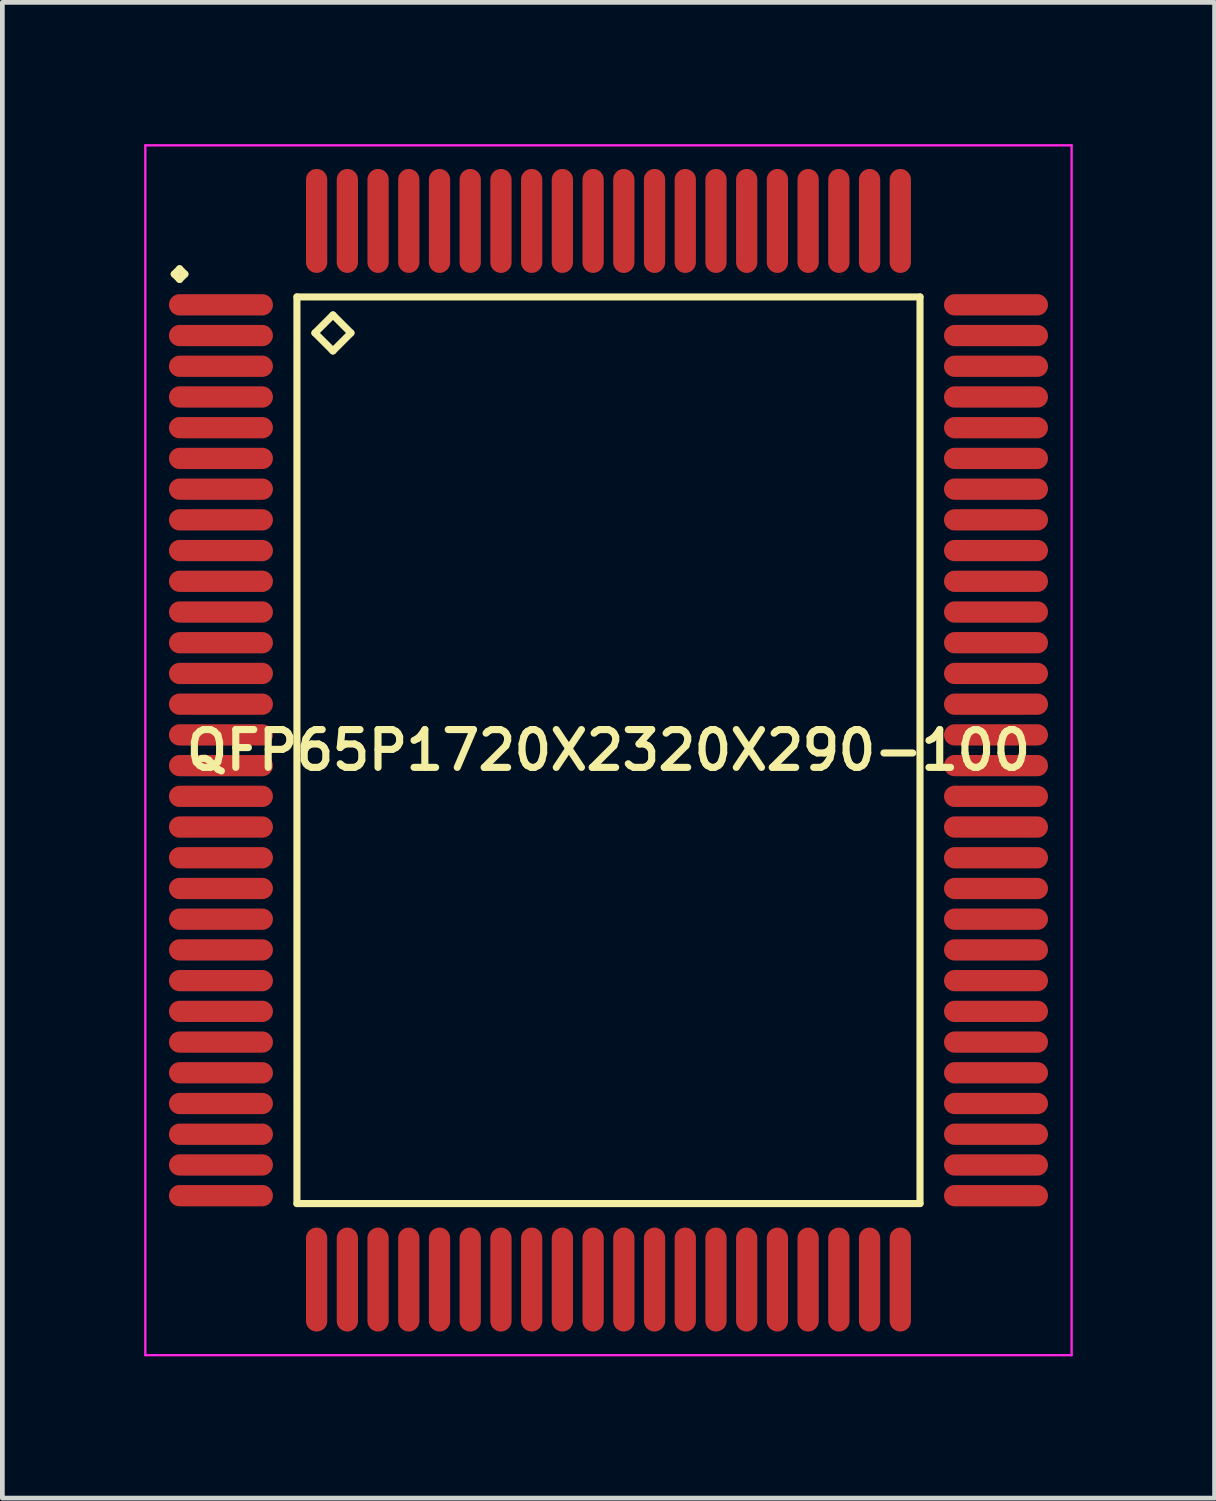
<source format=kicad_pcb>
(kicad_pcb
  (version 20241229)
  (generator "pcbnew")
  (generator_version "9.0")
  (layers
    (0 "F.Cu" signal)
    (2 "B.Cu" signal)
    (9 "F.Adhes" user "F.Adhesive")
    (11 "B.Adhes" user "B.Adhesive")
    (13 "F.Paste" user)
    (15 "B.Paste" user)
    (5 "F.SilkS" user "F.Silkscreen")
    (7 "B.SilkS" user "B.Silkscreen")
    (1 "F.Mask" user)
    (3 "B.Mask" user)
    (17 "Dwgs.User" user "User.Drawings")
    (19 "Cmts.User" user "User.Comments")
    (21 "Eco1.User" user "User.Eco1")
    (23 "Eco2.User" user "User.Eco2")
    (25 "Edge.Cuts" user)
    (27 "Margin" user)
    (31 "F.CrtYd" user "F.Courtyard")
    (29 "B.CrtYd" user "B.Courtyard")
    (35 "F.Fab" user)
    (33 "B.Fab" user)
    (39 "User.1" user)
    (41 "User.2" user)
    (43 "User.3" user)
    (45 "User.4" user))
  (footprint "QFP65P1720X2320X290-100"
    (layer "F.Cu")
    (at 9.825 12.825)
    (property "Reference" "QFP65P1720X2320X290-100" (at 0 0 0) (layer "F.SilkS") (effects (font (size 0.8 0.8) (thickness 0.15))))
    (attr smd)
    (fp_line (start -9.188 -10.075) (end -9.075 -10.188) (stroke (width 0.15) (type solid)) (layer "F.SilkS"))
    (fp_line (start -9.075 -10.188) (end -8.963 -10.075) (stroke (width 0.15) (type solid)) (layer "F.SilkS"))
    (fp_line (start -9.075 -9.963) (end -9.188 -10.075) (stroke (width 0.15) (type solid)) (layer "F.SilkS"))
    (fp_line (start -8.963 -10.075) (end -9.075 -9.963) (stroke (width 0.15) (type solid)) (layer "F.SilkS"))
    (fp_line (start -6.592 -9.592) (end -6.592 9.592) (stroke (width 0.15) (type solid)) (layer "F.SilkS"))
    (fp_line (start -6.592 9.592) (end 6.592 9.592) (stroke (width 0.15) (type solid)) (layer "F.SilkS"))
    (fp_line (start -6.211 -8.83) (end -5.83 -9.211) (stroke (width 0.15) (type solid)) (layer "F.SilkS"))
    (fp_line (start -5.83 -9.211) (end -5.449 -8.83) (stroke (width 0.15) (type solid)) (layer "F.SilkS"))
    (fp_line (start -5.83 -8.449) (end -6.211 -8.83) (stroke (width 0.15) (type solid)) (layer "F.SilkS"))
    (fp_line (start -5.449 -8.83) (end -5.83 -8.449) (stroke (width 0.15) (type solid)) (layer "F.SilkS"))
    (fp_line (start 6.592 -9.592) (end -6.592 -9.592) (stroke (width 0.15) (type solid)) (layer "F.SilkS"))
    (fp_line (start 6.592 9.592) (end 6.592 -9.592) (stroke (width 0.15) (type solid)) (layer "F.SilkS"))
    (fp_line (start -9.8 -12.8) (end 9.8 -12.8) (stroke (width 0.05) (type solid)) (layer "F.CrtYd"))
    (fp_line (start -9.8 12.8) (end -9.8 -12.8) (stroke (width 0.05) (type solid)) (layer "F.CrtYd"))
    (fp_line (start 9.8 -12.8) (end 9.8 12.8) (stroke (width 0.05) (type solid)) (layer "F.CrtYd"))
    (fp_line (start 9.8 12.8) (end -9.8 12.8) (stroke (width 0.05) (type solid)) (layer "F.CrtYd"))
    (pad "1" smd oval (at -8.2 -9.425) (size 2.2 0.45) (layers "F.Cu" "F.Mask" "F.Paste"))
    (pad "2" smd oval (at -8.2 -8.775) (size 2.2 0.45) (layers "F.Cu" "F.Mask" "F.Paste"))
    (pad "3" smd oval (at -8.2 -8.125) (size 2.2 0.45) (layers "F.Cu" "F.Mask" "F.Paste"))
    (pad "4" smd oval (at -8.2 -7.475) (size 2.2 0.45) (layers "F.Cu" "F.Mask" "F.Paste"))
    (pad "5" smd oval (at -8.2 -6.825) (size 2.2 0.45) (layers "F.Cu" "F.Mask" "F.Paste"))
    (pad "6" smd oval (at -8.2 -6.175) (size 2.2 0.45) (layers "F.Cu" "F.Mask" "F.Paste"))
    (pad "7" smd oval (at -8.2 -5.525) (size 2.2 0.45) (layers "F.Cu" "F.Mask" "F.Paste"))
    (pad "8" smd oval (at -8.2 -4.875) (size 2.2 0.45) (layers "F.Cu" "F.Mask" "F.Paste"))
    (pad "9" smd oval (at -8.2 -4.225) (size 2.2 0.45) (layers "F.Cu" "F.Mask" "F.Paste"))
    (pad "10" smd oval (at -8.2 -3.575) (size 2.2 0.45) (layers "F.Cu" "F.Mask" "F.Paste"))
    (pad "11" smd oval (at -8.2 -2.925) (size 2.2 0.45) (layers "F.Cu" "F.Mask" "F.Paste"))
    (pad "12" smd oval (at -8.2 -2.275) (size 2.2 0.45) (layers "F.Cu" "F.Mask" "F.Paste"))
    (pad "13" smd oval (at -8.2 -1.625) (size 2.2 0.45) (layers "F.Cu" "F.Mask" "F.Paste"))
    (pad "14" smd oval (at -8.2 -0.975) (size 2.2 0.45) (layers "F.Cu" "F.Mask" "F.Paste"))
    (pad "15" smd oval (at -8.2 -0.325) (size 2.2 0.45) (layers "F.Cu" "F.Mask" "F.Paste"))
    (pad "16" smd oval (at -8.2 0.325) (size 2.2 0.45) (layers "F.Cu" "F.Mask" "F.Paste"))
    (pad "17" smd oval (at -8.2 0.975) (size 2.2 0.45) (layers "F.Cu" "F.Mask" "F.Paste"))
    (pad "18" smd oval (at -8.2 1.625) (size 2.2 0.45) (layers "F.Cu" "F.Mask" "F.Paste"))
    (pad "19" smd oval (at -8.2 2.275) (size 2.2 0.45) (layers "F.Cu" "F.Mask" "F.Paste"))
    (pad "20" smd oval (at -8.2 2.925) (size 2.2 0.45) (layers "F.Cu" "F.Mask" "F.Paste"))
    (pad "21" smd oval (at -8.2 3.575) (size 2.2 0.45) (layers "F.Cu" "F.Mask" "F.Paste"))
    (pad "22" smd oval (at -8.2 4.225) (size 2.2 0.45) (layers "F.Cu" "F.Mask" "F.Paste"))
    (pad "23" smd oval (at -8.2 4.875) (size 2.2 0.45) (layers "F.Cu" "F.Mask" "F.Paste"))
    (pad "24" smd oval (at -8.2 5.525) (size 2.2 0.45) (layers "F.Cu" "F.Mask" "F.Paste"))
    (pad "25" smd oval (at -8.2 6.175) (size 2.2 0.45) (layers "F.Cu" "F.Mask" "F.Paste"))
    (pad "26" smd oval (at -8.2 6.825) (size 2.2 0.45) (layers "F.Cu" "F.Mask" "F.Paste"))
    (pad "27" smd oval (at -8.2 7.475) (size 2.2 0.45) (layers "F.Cu" "F.Mask" "F.Paste"))
    (pad "28" smd oval (at -8.2 8.125) (size 2.2 0.45) (layers "F.Cu" "F.Mask" "F.Paste"))
    (pad "29" smd oval (at -8.2 8.775) (size 2.2 0.45) (layers "F.Cu" "F.Mask" "F.Paste"))
    (pad "30" smd oval (at -8.2 9.425) (size 2.2 0.45) (layers "F.Cu" "F.Mask" "F.Paste"))
    (pad "31" smd oval (at -6.175 11.2) (size 0.45 2.2) (layers "F.Cu" "F.Mask" "F.Paste"))
    (pad "32" smd oval (at -5.525 11.2) (size 0.45 2.2) (layers "F.Cu" "F.Mask" "F.Paste"))
    (pad "33" smd oval (at -4.875 11.2) (size 0.45 2.2) (layers "F.Cu" "F.Mask" "F.Paste"))
    (pad "34" smd oval (at -4.225 11.2) (size 0.45 2.2) (layers "F.Cu" "F.Mask" "F.Paste"))
    (pad "35" smd oval (at -3.575 11.2) (size 0.45 2.2) (layers "F.Cu" "F.Mask" "F.Paste"))
    (pad "36" smd oval (at -2.925 11.2) (size 0.45 2.2) (layers "F.Cu" "F.Mask" "F.Paste"))
    (pad "37" smd oval (at -2.275 11.2) (size 0.45 2.2) (layers "F.Cu" "F.Mask" "F.Paste"))
    (pad "38" smd oval (at -1.625 11.2) (size 0.45 2.2) (layers "F.Cu" "F.Mask" "F.Paste"))
    (pad "39" smd oval (at -0.975 11.2) (size 0.45 2.2) (layers "F.Cu" "F.Mask" "F.Paste"))
    (pad "40" smd oval (at -0.325 11.2) (size 0.45 2.2) (layers "F.Cu" "F.Mask" "F.Paste"))
    (pad "41" smd oval (at 0.325 11.2) (size 0.45 2.2) (layers "F.Cu" "F.Mask" "F.Paste"))
    (pad "42" smd oval (at 0.975 11.2) (size 0.45 2.2) (layers "F.Cu" "F.Mask" "F.Paste"))
    (pad "43" smd oval (at 1.625 11.2) (size 0.45 2.2) (layers "F.Cu" "F.Mask" "F.Paste"))
    (pad "44" smd oval (at 2.275 11.2) (size 0.45 2.2) (layers "F.Cu" "F.Mask" "F.Paste"))
    (pad "45" smd oval (at 2.925 11.2) (size 0.45 2.2) (layers "F.Cu" "F.Mask" "F.Paste"))
    (pad "46" smd oval (at 3.575 11.2) (size 0.45 2.2) (layers "F.Cu" "F.Mask" "F.Paste"))
    (pad "47" smd oval (at 4.225 11.2) (size 0.45 2.2) (layers "F.Cu" "F.Mask" "F.Paste"))
    (pad "48" smd oval (at 4.875 11.2) (size 0.45 2.2) (layers "F.Cu" "F.Mask" "F.Paste"))
    (pad "49" smd oval (at 5.525 11.2) (size 0.45 2.2) (layers "F.Cu" "F.Mask" "F.Paste"))
    (pad "50" smd oval (at 6.175 11.2) (size 0.45 2.2) (layers "F.Cu" "F.Mask" "F.Paste"))
    (pad "51" smd oval (at 8.2 9.425) (size 2.2 0.45) (layers "F.Cu" "F.Mask" "F.Paste"))
    (pad "52" smd oval (at 8.2 8.775) (size 2.2 0.45) (layers "F.Cu" "F.Mask" "F.Paste"))
    (pad "53" smd oval (at 8.2 8.125) (size 2.2 0.45) (layers "F.Cu" "F.Mask" "F.Paste"))
    (pad "54" smd oval (at 8.2 7.475) (size 2.2 0.45) (layers "F.Cu" "F.Mask" "F.Paste"))
    (pad "55" smd oval (at 8.2 6.825) (size 2.2 0.45) (layers "F.Cu" "F.Mask" "F.Paste"))
    (pad "56" smd oval (at 8.2 6.175) (size 2.2 0.45) (layers "F.Cu" "F.Mask" "F.Paste"))
    (pad "57" smd oval (at 8.2 5.525) (size 2.2 0.45) (layers "F.Cu" "F.Mask" "F.Paste"))
    (pad "58" smd oval (at 8.2 4.875) (size 2.2 0.45) (layers "F.Cu" "F.Mask" "F.Paste"))
    (pad "59" smd oval (at 8.2 4.225) (size 2.2 0.45) (layers "F.Cu" "F.Mask" "F.Paste"))
    (pad "60" smd oval (at 8.2 3.575) (size 2.2 0.45) (layers "F.Cu" "F.Mask" "F.Paste"))
    (pad "61" smd oval (at 8.2 2.925) (size 2.2 0.45) (layers "F.Cu" "F.Mask" "F.Paste"))
    (pad "62" smd oval (at 8.2 2.275) (size 2.2 0.45) (layers "F.Cu" "F.Mask" "F.Paste"))
    (pad "63" smd oval (at 8.2 1.625) (size 2.2 0.45) (layers "F.Cu" "F.Mask" "F.Paste"))
    (pad "64" smd oval (at 8.2 0.975) (size 2.2 0.45) (layers "F.Cu" "F.Mask" "F.Paste"))
    (pad "65" smd oval (at 8.2 0.325) (size 2.2 0.45) (layers "F.Cu" "F.Mask" "F.Paste"))
    (pad "66" smd oval (at 8.2 -0.325) (size 2.2 0.45) (layers "F.Cu" "F.Mask" "F.Paste"))
    (pad "67" smd oval (at 8.2 -0.975) (size 2.2 0.45) (layers "F.Cu" "F.Mask" "F.Paste"))
    (pad "68" smd oval (at 8.2 -1.625) (size 2.2 0.45) (layers "F.Cu" "F.Mask" "F.Paste"))
    (pad "69" smd oval (at 8.2 -2.275) (size 2.2 0.45) (layers "F.Cu" "F.Mask" "F.Paste"))
    (pad "70" smd oval (at 8.2 -2.925) (size 2.2 0.45) (layers "F.Cu" "F.Mask" "F.Paste"))
    (pad "71" smd oval (at 8.2 -3.575) (size 2.2 0.45) (layers "F.Cu" "F.Mask" "F.Paste"))
    (pad "72" smd oval (at 8.2 -4.225) (size 2.2 0.45) (layers "F.Cu" "F.Mask" "F.Paste"))
    (pad "73" smd oval (at 8.2 -4.875) (size 2.2 0.45) (layers "F.Cu" "F.Mask" "F.Paste"))
    (pad "74" smd oval (at 8.2 -5.525) (size 2.2 0.45) (layers "F.Cu" "F.Mask" "F.Paste"))
    (pad "75" smd oval (at 8.2 -6.175) (size 2.2 0.45) (layers "F.Cu" "F.Mask" "F.Paste"))
    (pad "76" smd oval (at 8.2 -6.825) (size 2.2 0.45) (layers "F.Cu" "F.Mask" "F.Paste"))
    (pad "77" smd oval (at 8.2 -7.475) (size 2.2 0.45) (layers "F.Cu" "F.Mask" "F.Paste"))
    (pad "78" smd oval (at 8.2 -8.125) (size 2.2 0.45) (layers "F.Cu" "F.Mask" "F.Paste"))
    (pad "79" smd oval (at 8.2 -8.775) (size 2.2 0.45) (layers "F.Cu" "F.Mask" "F.Paste"))
    (pad "80" smd oval (at 8.2 -9.425) (size 2.2 0.45) (layers "F.Cu" "F.Mask" "F.Paste"))
    (pad "81" smd oval (at 6.175 -11.2) (size 0.45 2.2) (layers "F.Cu" "F.Mask" "F.Paste"))
    (pad "82" smd oval (at 5.525 -11.2) (size 0.45 2.2) (layers "F.Cu" "F.Mask" "F.Paste"))
    (pad "83" smd oval (at 4.875 -11.2) (size 0.45 2.2) (layers "F.Cu" "F.Mask" "F.Paste"))
    (pad "84" smd oval (at 4.225 -11.2) (size 0.45 2.2) (layers "F.Cu" "F.Mask" "F.Paste"))
    (pad "85" smd oval (at 3.575 -11.2) (size 0.45 2.2) (layers "F.Cu" "F.Mask" "F.Paste"))
    (pad "86" smd oval (at 2.925 -11.2) (size 0.45 2.2) (layers "F.Cu" "F.Mask" "F.Paste"))
    (pad "87" smd oval (at 2.275 -11.2) (size 0.45 2.2) (layers "F.Cu" "F.Mask" "F.Paste"))
    (pad "88" smd oval (at 1.625 -11.2) (size 0.45 2.2) (layers "F.Cu" "F.Mask" "F.Paste"))
    (pad "89" smd oval (at 0.975 -11.2) (size 0.45 2.2) (layers "F.Cu" "F.Mask" "F.Paste"))
    (pad "90" smd oval (at 0.325 -11.2) (size 0.45 2.2) (layers "F.Cu" "F.Mask" "F.Paste"))
    (pad "91" smd oval (at -0.325 -11.2) (size 0.45 2.2) (layers "F.Cu" "F.Mask" "F.Paste"))
    (pad "92" smd oval (at -0.975 -11.2) (size 0.45 2.2) (layers "F.Cu" "F.Mask" "F.Paste"))
    (pad "93" smd oval (at -1.625 -11.2) (size 0.45 2.2) (layers "F.Cu" "F.Mask" "F.Paste"))
    (pad "94" smd oval (at -2.275 -11.2) (size 0.45 2.2) (layers "F.Cu" "F.Mask" "F.Paste"))
    (pad "95" smd oval (at -2.925 -11.2) (size 0.45 2.2) (layers "F.Cu" "F.Mask" "F.Paste"))
    (pad "96" smd oval (at -3.575 -11.2) (size 0.45 2.2) (layers "F.Cu" "F.Mask" "F.Paste"))
    (pad "97" smd oval (at -4.225 -11.2) (size 0.45 2.2) (layers "F.Cu" "F.Mask" "F.Paste"))
    (pad "98" smd oval (at -4.875 -11.2) (size 0.45 2.2) (layers "F.Cu" "F.Mask" "F.Paste"))
    (pad "99" smd oval (at -5.525 -11.2) (size 0.45 2.2) (layers "F.Cu" "F.Mask" "F.Paste"))
    (pad "100" smd oval (at -6.175 -11.2) (size 0.45 2.2) (layers "F.Cu" "F.Mask" "F.Paste")))
  (gr_rect
    (start -3 -3)
    (end 22.65 28.65)
    (stroke (width 0.1) (type default))
    (fill no)
    (layer "Edge.Cuts")))
</source>
